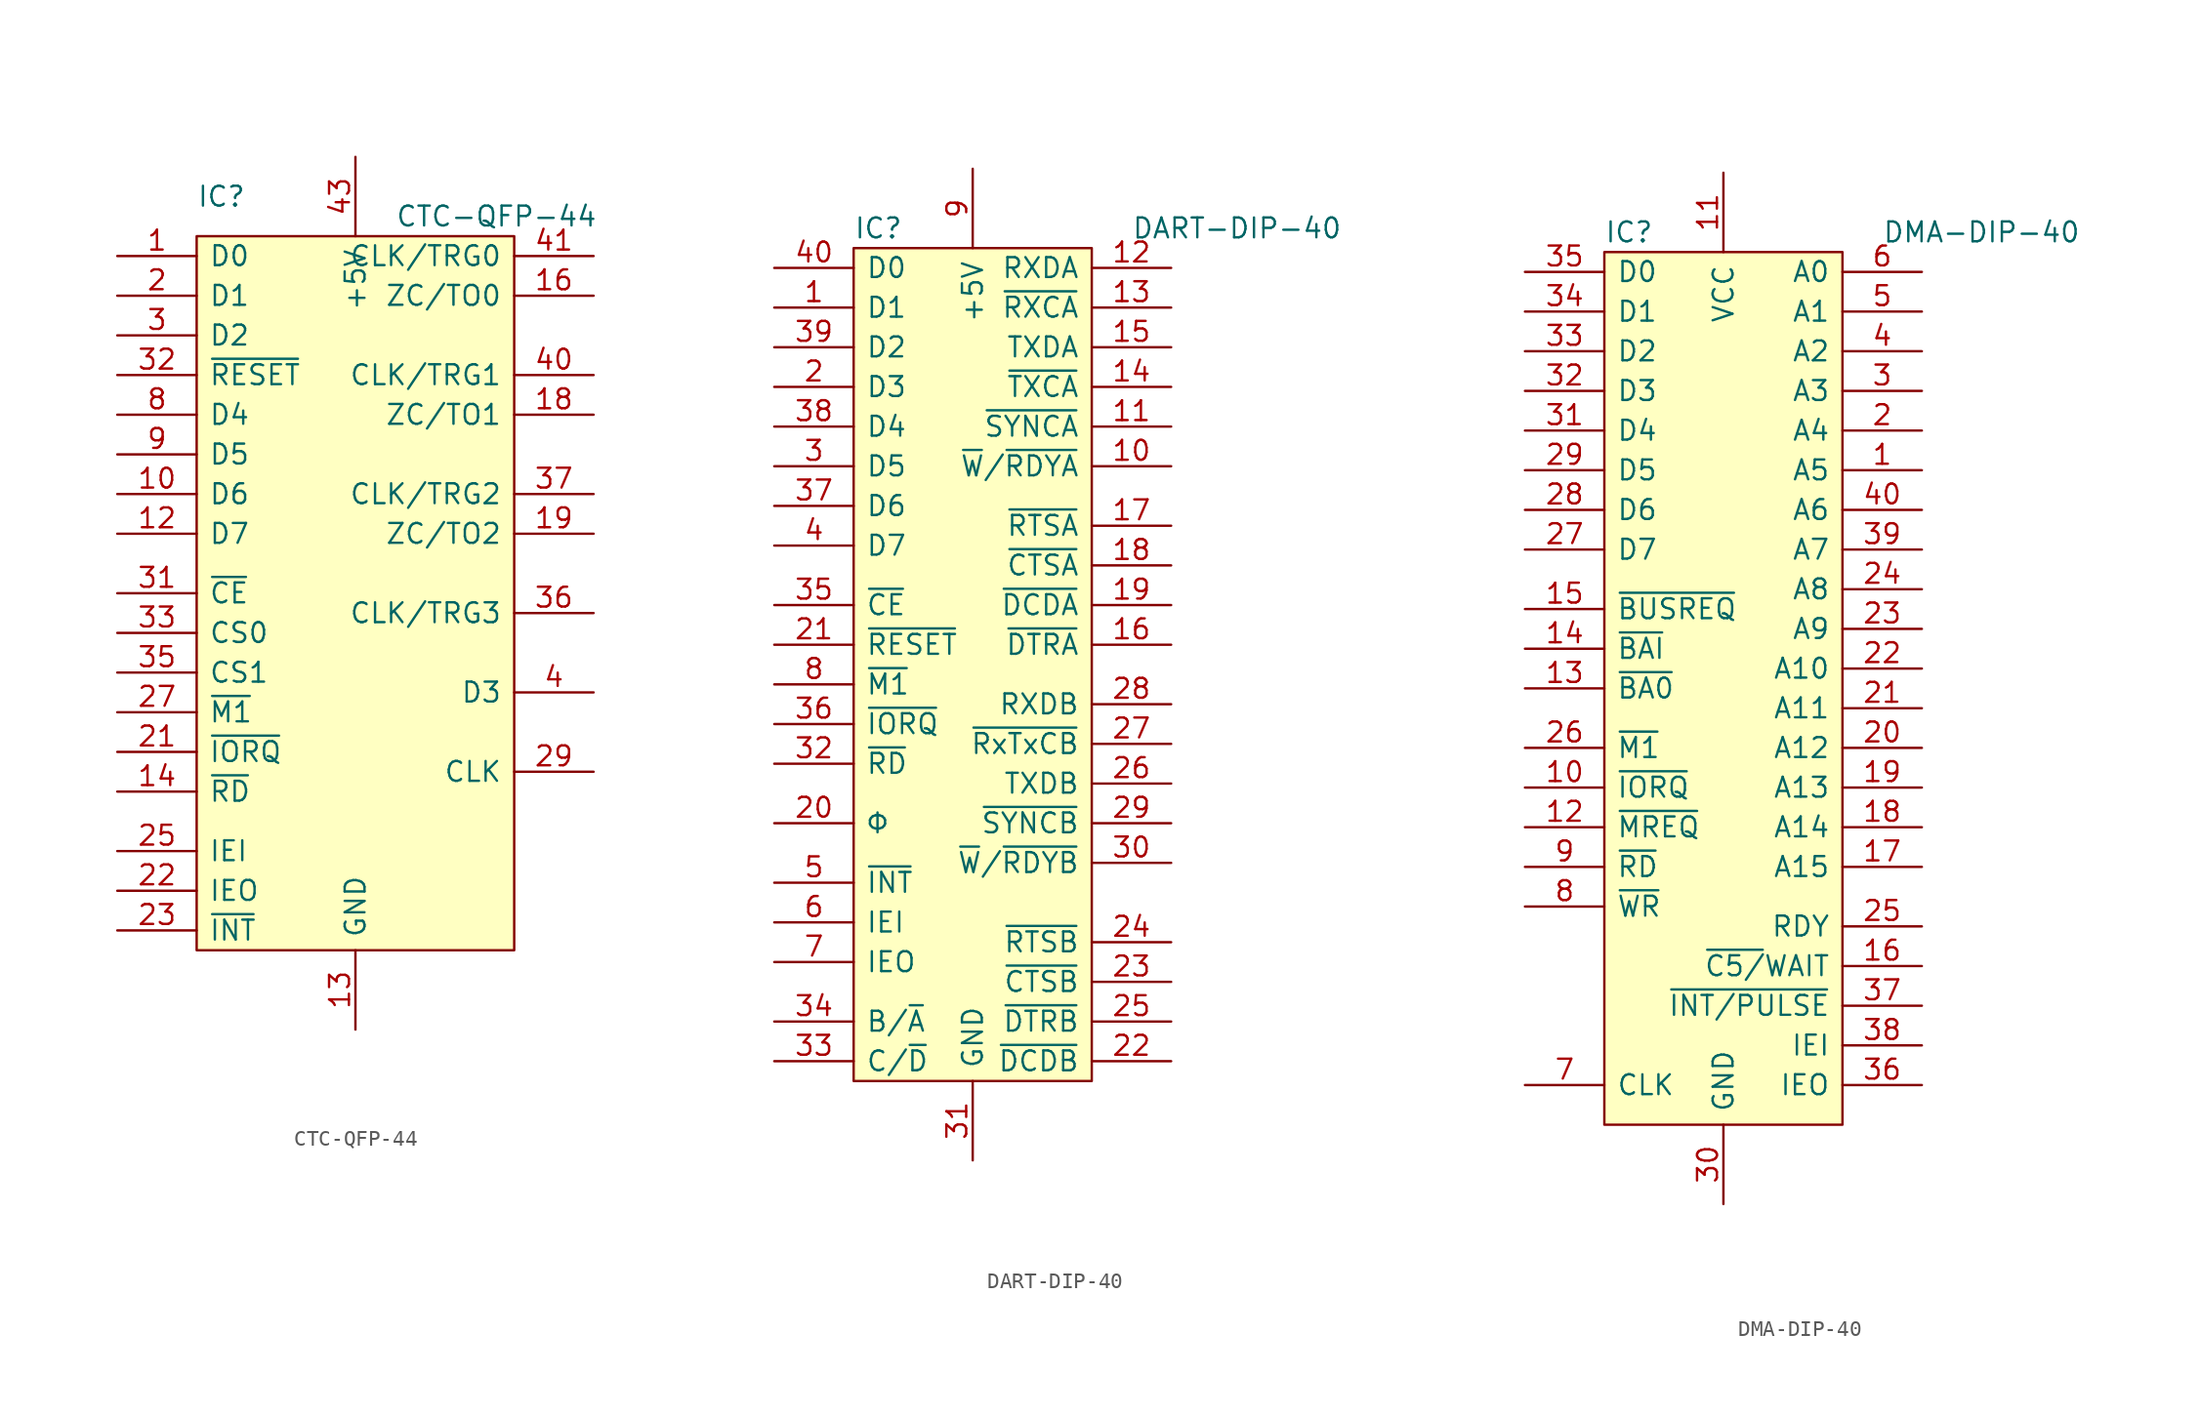
<source format=kicad_sym>
(kicad_symbol_lib
  (version 20211014)
  (generator kicad_symbol_editor)
  (symbol "CTC-QFP-44"
    (pin_names
      (offset 0.762))
    (property "Reference" "IC"
      (at 0 2.54 0)
      (effects (font (size 1.27 1.27)) (justify left)))
    (property "Value" "CTC-QFP-44"
      (at 12.7 1.27 0)
      (effects (font (size 1.27 1.27)) (justify left)))
    (symbol "CTC-QFP-44_0_0"
      (pin bidirectional line (at -5.08 -1.27 0) (length 5.08) (name "D0" (effects (font (size 1.27 1.27)))) (number "1" (effects (font (size 1.27 1.27)))))
      (pin bidirectional line (at -5.08 -16.51 0) (length 5.08) (name "D6" (effects (font (size 1.27 1.27)))) (number "10" (effects (font (size 1.27 1.27)))))
      (pin no_connect line (at 12.7 -10.16 0) (length 2.54) hide (name "NC" (effects (font (size 1.27 1.27)))) (number "11" (effects (font (size 1.27 1.27)))))
      (pin bidirectional line (at -5.08 -19.05 0) (length 5.08) (name "D7" (effects (font (size 1.27 1.27)))) (number "12" (effects (font (size 1.27 1.27)))))
      (pin power_in line (at 10.16 -50.8 90) (length 5.08) (name "GND" (effects (font (size 1.27 1.27)))) (number "13" (effects (font (size 1.27 1.27)))))
      (pin input line (at -5.08 -35.56 0) (length 5.08) (name "~{RD}" (effects (font (size 1.27 1.27)))) (number "14" (effects (font (size 1.27 1.27)))))
      (pin no_connect line (at 12.7 -17.78 0) (length 2.54) hide (name "NC" (effects (font (size 1.27 1.27)))) (number "15" (effects (font (size 1.27 1.27)))))
      (pin output line (at 25.4 -3.81 180) (length 5.08) (name "ZC/TO0" (effects (font (size 1.27 1.27)))) (number "16" (effects (font (size 1.27 1.27)))))
      (pin no_connect line (at 12.7 -12.7 0) (length 2.54) hide (name "NC" (effects (font (size 1.27 1.27)))) (number "17" (effects (font (size 1.27 1.27)))))
      (pin output line (at 25.4 -11.43 180) (length 5.08) (name "ZC/TO1" (effects (font (size 1.27 1.27)))) (number "18" (effects (font (size 1.27 1.27)))))
      (pin output line (at 25.4 -19.05 180) (length 5.08) (name "ZC/TO2" (effects (font (size 1.27 1.27)))) (number "19" (effects (font (size 1.27 1.27)))))
      (pin bidirectional line (at -5.08 -3.81 0) (length 5.08) (name "D1" (effects (font (size 1.27 1.27)))) (number "2" (effects (font (size 1.27 1.27)))))
      (pin no_connect line (at 12.7 -20.32 0) (length 2.54) hide (name "NC" (effects (font (size 1.27 1.27)))) (number "20" (effects (font (size 1.27 1.27)))))
      (pin input line (at -5.08 -33.02 0) (length 5.08) (name "~{IORQ}" (effects (font (size 1.27 1.27)))) (number "21" (effects (font (size 1.27 1.27)))))
      (pin output line (at -5.08 -41.91 0) (length 5.08) (name "IEO" (effects (font (size 1.27 1.27)))) (number "22" (effects (font (size 1.27 1.27)))))
      (pin open_collector line (at -5.08 -44.45 0) (length 5.08) (name "~{INT}" (effects (font (size 1.27 1.27)))) (number "23" (effects (font (size 1.27 1.27)))))
      (pin no_connect line (at 12.7 -15.24 0) (length 2.54) hide (name "NC" (effects (font (size 1.27 1.27)))) (number "24" (effects (font (size 1.27 1.27)))))
      (pin input line (at -5.08 -39.37 0) (length 5.08) (name "IEI" (effects (font (size 1.27 1.27)))) (number "25" (effects (font (size 1.27 1.27)))))
      (pin no_connect line (at 12.7 -22.86 0) (length 2.54) hide (name "NC" (effects (font (size 1.27 1.27)))) (number "26" (effects (font (size 1.27 1.27)))))
      (pin input line (at -5.08 -30.48 0) (length 5.08) (name "~{M1}" (effects (font (size 1.27 1.27)))) (number "27" (effects (font (size 1.27 1.27)))))
      (pin no_connect line (at 12.7 -25.4 0) (length 2.54) hide (name "NC" (effects (font (size 1.27 1.27)))) (number "28" (effects (font (size 1.27 1.27)))))
      (pin input line (at 25.4 -34.29 180) (length 5.08) (name "CLK" (effects (font (size 1.27 1.27)))) (number "29" (effects (font (size 1.27 1.27)))))
      (pin bidirectional line (at -5.08 -6.35 0) (length 5.08) (name "D2" (effects (font (size 1.27 1.27)))) (number "3" (effects (font (size 1.27 1.27)))))
      (pin no_connect line (at 12.7 -43.18 0) (length 2.54) hide (name "NC" (effects (font (size 1.27 1.27)))) (number "30" (effects (font (size 1.27 1.27)))))
      (pin input line (at -5.08 -22.86 0) (length 5.08) (name "~{CE}" (effects (font (size 1.27 1.27)))) (number "31" (effects (font (size 1.27 1.27)))))
      (pin input line (at -5.08 -8.89 0) (length 5.08) (name "~{RESET}" (effects (font (size 1.27 1.27)))) (number "32" (effects (font (size 1.27 1.27)))))
      (pin input line (at -5.08 -25.4 0) (length 5.08) (name "CS0" (effects (font (size 1.27 1.27)))) (number "33" (effects (font (size 1.27 1.27)))))
      (pin no_connect line (at 12.7 -27.94 0) (length 2.54) hide (name "NC" (effects (font (size 1.27 1.27)))) (number "34" (effects (font (size 1.27 1.27)))))
      (pin input line (at -5.08 -27.94 0) (length 5.08) (name "CS1" (effects (font (size 1.27 1.27)))) (number "35" (effects (font (size 1.27 1.27)))))
      (pin input line (at 25.4 -24.13 180) (length 5.08) (name "CLK/TRG3" (effects (font (size 1.27 1.27)))) (number "36" (effects (font (size 1.27 1.27)))))
      (pin input line (at 25.4 -16.51 180) (length 5.08) (name "CLK/TRG2" (effects (font (size 1.27 1.27)))) (number "37" (effects (font (size 1.27 1.27)))))
      (pin no_connect line (at 12.7 -35.56 0) (length 2.54) hide (name "NC" (effects (font (size 1.27 1.27)))) (number "38" (effects (font (size 1.27 1.27)))))
      (pin no_connect line (at 12.7 -40.64 0) (length 2.54) hide (name "NC" (effects (font (size 1.27 1.27)))) (number "39" (effects (font (size 1.27 1.27)))))
      (pin bidirectional line (at 25.4 -29.21 180) (length 5.08) (name "D3" (effects (font (size 1.27 1.27)))) (number "4" (effects (font (size 1.27 1.27)))))
      (pin input line (at 25.4 -8.89 180) (length 5.08) (name "CLK/TRG1" (effects (font (size 1.27 1.27)))) (number "40" (effects (font (size 1.27 1.27)))))
      (pin input line (at 25.4 -1.27 180) (length 5.08) (name "CLK/TRG0" (effects (font (size 1.27 1.27)))) (number "41" (effects (font (size 1.27 1.27)))))
      (pin no_connect line (at 12.7 -33.02 0) (length 2.54) hide (name "NC" (effects (font (size 1.27 1.27)))) (number "42" (effects (font (size 1.27 1.27)))))
      (pin power_in line (at 10.16 5.08 270) (length 5.08) (name "+5V" (effects (font (size 1.27 1.27)))) (number "43" (effects (font (size 1.27 1.27)))))
      (pin no_connect line (at 12.7 -38.1 0) (length 2.54) hide (name "NC" (effects (font (size 1.27 1.27)))) (number "44" (effects (font (size 1.27 1.27)))))
      (pin no_connect line (at 12.7 -30.48 0) (length 2.54) hide (name "NC" (effects (font (size 1.27 1.27)))) (number "5" (effects (font (size 1.27 1.27)))))
      (pin no_connect line (at 12.7 -7.62 0) (length 2.54) hide (name "NC" (effects (font (size 1.27 1.27)))) (number "6" (effects (font (size 1.27 1.27)))))
      (pin no_connect line (at 12.7 -5.08 0) (length 2.54) hide (name "NC" (effects (font (size 1.27 1.27)))) (number "7" (effects (font (size 1.27 1.27)))))
      (pin bidirectional line (at -5.08 -11.43 0) (length 5.08) (name "D4" (effects (font (size 1.27 1.27)))) (number "8" (effects (font (size 1.27 1.27)))))
      (pin bidirectional line (at -5.08 -13.97 0) (length 5.08) (name "D5" (effects (font (size 1.27 1.27)))) (number "9" (effects (font (size 1.27 1.27))))))
    (symbol "CTC-QFP-44_0_1"
      (rectangle (start 0 0) (end 20.32 -45.72) (stroke (width 0) (type default) (color 0 0 0 0)) (fill (type background)))))
  (symbol "DART-DIP-40"
    (pin_names
      (offset 0.762))
    (property "Reference" "IC"
      (at 0 1.27 0)
      (effects (font (size 1.27 1.27)) (justify left)))
    (property "Value" "DART-DIP-40"
      (at 17.78 1.27 0)
      (effects (font (size 1.27 1.27)) (justify left)))
    (symbol "DART-DIP-40_0_0"
      (pin bidirectional line (at -5.08 -3.81 0) (length 5.08) (name "D1" (effects (font (size 1.27 1.27)))) (number "1" (effects (font (size 1.27 1.27)))))
      (pin output line (at 20.32 -13.97 180) (length 5.08) (name "~{W}/~{RDYA}" (effects (font (size 1.27 1.27)))) (number "10" (effects (font (size 1.27 1.27)))))
      (pin bidirectional line (at 20.32 -11.43 180) (length 5.08) (name "~{SYNCA}" (effects (font (size 1.27 1.27)))) (number "11" (effects (font (size 1.27 1.27)))))
      (pin input line (at 20.32 -1.27 180) (length 5.08) (name "RXDA" (effects (font (size 1.27 1.27)))) (number "12" (effects (font (size 1.27 1.27)))))
      (pin input line (at 20.32 -3.81 180) (length 5.08) (name "~{RXCA}" (effects (font (size 1.27 1.27)))) (number "13" (effects (font (size 1.27 1.27)))))
      (pin output line (at 20.32 -8.89 180) (length 5.08) (name "~{TXCA}" (effects (font (size 1.27 1.27)))) (number "14" (effects (font (size 1.27 1.27)))))
      (pin output line (at 20.32 -6.35 180) (length 5.08) (name "TXDA" (effects (font (size 1.27 1.27)))) (number "15" (effects (font (size 1.27 1.27)))))
      (pin output line (at 20.32 -25.4 180) (length 5.08) (name "~{DTRA}" (effects (font (size 1.27 1.27)))) (number "16" (effects (font (size 1.27 1.27)))))
      (pin output line (at 20.32 -17.78 180) (length 5.08) (name "~{RTSA}" (effects (font (size 1.27 1.27)))) (number "17" (effects (font (size 1.27 1.27)))))
      (pin input line (at 20.32 -20.32 180) (length 5.08) (name "~{CTSA}" (effects (font (size 1.27 1.27)))) (number "18" (effects (font (size 1.27 1.27)))))
      (pin input line (at 20.32 -22.86 180) (length 5.08) (name "~{DCDA}" (effects (font (size 1.27 1.27)))) (number "19" (effects (font (size 1.27 1.27)))))
      (pin bidirectional line (at -5.08 -8.89 0) (length 5.08) (name "D3" (effects (font (size 1.27 1.27)))) (number "2" (effects (font (size 1.27 1.27)))))
      (pin input line (at -5.08 -36.83 0) (length 5.08) (name "Φ" (effects (font (size 1.27 1.27)))) (number "20" (effects (font (size 1.27 1.27)))))
      (pin input line (at -5.08 -25.4 0) (length 5.08) (name "~{RESET}" (effects (font (size 1.27 1.27)))) (number "21" (effects (font (size 1.27 1.27)))))
      (pin input line (at 20.32 -52.07 180) (length 5.08) (name "~{DCDB}" (effects (font (size 1.27 1.27)))) (number "22" (effects (font (size 1.27 1.27)))))
      (pin input line (at 20.32 -46.99 180) (length 5.08) (name "~{CTSB}" (effects (font (size 1.27 1.27)))) (number "23" (effects (font (size 1.27 1.27)))))
      (pin output line (at 20.32 -44.45 180) (length 5.08) (name "~{RTSB}" (effects (font (size 1.27 1.27)))) (number "24" (effects (font (size 1.27 1.27)))))
      (pin output line (at 20.32 -49.53 180) (length 5.08) (name "~{DTRB}" (effects (font (size 1.27 1.27)))) (number "25" (effects (font (size 1.27 1.27)))))
      (pin output line (at 20.32 -34.29 180) (length 5.08) (name "TXDB" (effects (font (size 1.27 1.27)))) (number "26" (effects (font (size 1.27 1.27)))))
      (pin input line (at 20.32 -31.75 180) (length 5.08) (name "~{RxTxCB}" (effects (font (size 1.27 1.27)))) (number "27" (effects (font (size 1.27 1.27)))))
      (pin input line (at 20.32 -29.21 180) (length 5.08) (name "RXDB" (effects (font (size 1.27 1.27)))) (number "28" (effects (font (size 1.27 1.27)))))
      (pin input line (at 20.32 -36.83 180) (length 5.08) (name "~{SYNCB}" (effects (font (size 1.27 1.27)))) (number "29" (effects (font (size 1.27 1.27)))))
      (pin bidirectional line (at -5.08 -13.97 0) (length 5.08) (name "D5" (effects (font (size 1.27 1.27)))) (number "3" (effects (font (size 1.27 1.27)))))
      (pin output line (at 20.32 -39.37 180) (length 5.08) (name "~{W}/~{RDYB}" (effects (font (size 1.27 1.27)))) (number "30" (effects (font (size 1.27 1.27)))))
      (pin power_in line (at 7.62 -58.42 90) (length 5.08) (name "GND" (effects (font (size 1.27 1.27)))) (number "31" (effects (font (size 1.27 1.27)))))
      (pin input line (at -5.08 -33.02 0) (length 5.08) (name "~{RD}" (effects (font (size 1.27 1.27)))) (number "32" (effects (font (size 1.27 1.27)))))
      (pin input line (at -5.08 -52.07 0) (length 5.08) (name "C/~{D}" (effects (font (size 1.27 1.27)))) (number "33" (effects (font (size 1.27 1.27)))))
      (pin input line (at -5.08 -49.53 0) (length 5.08) (name "B/~{A}" (effects (font (size 1.27 1.27)))) (number "34" (effects (font (size 1.27 1.27)))))
      (pin input line (at -5.08 -22.86 0) (length 5.08) (name "~{CE}" (effects (font (size 1.27 1.27)))) (number "35" (effects (font (size 1.27 1.27)))))
      (pin input line (at -5.08 -30.48 0) (length 5.08) (name "~{IORQ}" (effects (font (size 1.27 1.27)))) (number "36" (effects (font (size 1.27 1.27)))))
      (pin bidirectional line (at -5.08 -16.51 0) (length 5.08) (name "D6" (effects (font (size 1.27 1.27)))) (number "37" (effects (font (size 1.27 1.27)))))
      (pin bidirectional line (at -5.08 -11.43 0) (length 5.08) (name "D4" (effects (font (size 1.27 1.27)))) (number "38" (effects (font (size 1.27 1.27)))))
      (pin bidirectional line (at -5.08 -6.35 0) (length 5.08) (name "D2" (effects (font (size 1.27 1.27)))) (number "39" (effects (font (size 1.27 1.27)))))
      (pin bidirectional line (at -5.08 -19.05 0) (length 5.08) (name "D7" (effects (font (size 1.27 1.27)))) (number "4" (effects (font (size 1.27 1.27)))))
      (pin bidirectional line (at -5.08 -1.27 0) (length 5.08) (name "D0" (effects (font (size 1.27 1.27)))) (number "40" (effects (font (size 1.27 1.27)))))
      (pin open_collector line (at -5.08 -40.64 0) (length 5.08) (name "~{INT}" (effects (font (size 1.27 1.27)))) (number "5" (effects (font (size 1.27 1.27)))))
      (pin input line (at -5.08 -43.18 0) (length 5.08) (name "IEI" (effects (font (size 1.27 1.27)))) (number "6" (effects (font (size 1.27 1.27)))))
      (pin output line (at -5.08 -45.72 0) (length 5.08) (name "IEO" (effects (font (size 1.27 1.27)))) (number "7" (effects (font (size 1.27 1.27)))))
      (pin input line (at -5.08 -27.94 0) (length 5.08) (name "~{M1}" (effects (font (size 1.27 1.27)))) (number "8" (effects (font (size 1.27 1.27)))))
      (pin power_in line (at 7.62 5.08 270) (length 5.08) (name "+5V" (effects (font (size 1.27 1.27)))) (number "9" (effects (font (size 1.27 1.27))))))
    (symbol "DART-DIP-40_0_1"
      (rectangle (start 0 0) (end 15.24 -53.34) (stroke (width 0) (type default) (color 0 0 0 0)) (fill (type background)))))
  (symbol "DMA-DIP-40"
    (pin_names
      (offset 0.762))
    (property "Reference" "IC"
      (at 0 1.27 0)
      (effects (font (size 1.27 1.27)) (justify left)))
    (property "Value" "DMA-DIP-40"
      (at 17.78 1.27 0)
      (effects (font (size 1.27 1.27)) (justify left)))
    (symbol "DMA-DIP-40_0_0"
      (pin output line (at 20.32 -13.97 180) (length 5.08) (name "A5" (effects (font (size 1.27 1.27)))) (number "1" (effects (font (size 1.27 1.27)))))
      (pin bidirectional line (at -5.08 -34.29 0) (length 5.08) (name "~{IORQ}" (effects (font (size 1.27 1.27)))) (number "10" (effects (font (size 1.27 1.27)))))
      (pin power_in line (at 7.62 5.08 270) (length 5.08) (name "VCC" (effects (font (size 1.27 1.27)))) (number "11" (effects (font (size 1.27 1.27)))))
      (pin bidirectional line (at -5.08 -36.83 0) (length 5.08) (name "~{MREQ}" (effects (font (size 1.27 1.27)))) (number "12" (effects (font (size 1.27 1.27)))))
      (pin output line (at -5.08 -27.94 0) (length 5.08) (name "~{BA0}" (effects (font (size 1.27 1.27)))) (number "13" (effects (font (size 1.27 1.27)))))
      (pin input line (at -5.08 -25.4 0) (length 5.08) (name "~{BAI}" (effects (font (size 1.27 1.27)))) (number "14" (effects (font (size 1.27 1.27)))))
      (pin bidirectional line (at -5.08 -22.86 0) (length 5.08) (name "~{BUSREQ}" (effects (font (size 1.27 1.27)))) (number "15" (effects (font (size 1.27 1.27)))))
      (pin input line (at 20.32 -45.72 180) (length 5.08) (name "~{C5/}WAIT" (effects (font (size 1.27 1.27)))) (number "16" (effects (font (size 1.27 1.27)))))
      (pin output line (at 20.32 -39.37 180) (length 5.08) (name "A15" (effects (font (size 1.27 1.27)))) (number "17" (effects (font (size 1.27 1.27)))))
      (pin output line (at 20.32 -36.83 180) (length 5.08) (name "A14" (effects (font (size 1.27 1.27)))) (number "18" (effects (font (size 1.27 1.27)))))
      (pin output line (at 20.32 -34.29 180) (length 5.08) (name "A13" (effects (font (size 1.27 1.27)))) (number "19" (effects (font (size 1.27 1.27)))))
      (pin output line (at 20.32 -11.43 180) (length 5.08) (name "A4" (effects (font (size 1.27 1.27)))) (number "2" (effects (font (size 1.27 1.27)))))
      (pin output line (at 20.32 -31.75 180) (length 5.08) (name "A12" (effects (font (size 1.27 1.27)))) (number "20" (effects (font (size 1.27 1.27)))))
      (pin output line (at 20.32 -29.21 180) (length 5.08) (name "A11" (effects (font (size 1.27 1.27)))) (number "21" (effects (font (size 1.27 1.27)))))
      (pin output line (at 20.32 -26.67 180) (length 5.08) (name "A10" (effects (font (size 1.27 1.27)))) (number "22" (effects (font (size 1.27 1.27)))))
      (pin output line (at 20.32 -24.13 180) (length 5.08) (name "A9" (effects (font (size 1.27 1.27)))) (number "23" (effects (font (size 1.27 1.27)))))
      (pin output line (at 20.32 -21.59 180) (length 5.08) (name "A8" (effects (font (size 1.27 1.27)))) (number "24" (effects (font (size 1.27 1.27)))))
      (pin input line (at 20.32 -43.18 180) (length 5.08) (name "RDY" (effects (font (size 1.27 1.27)))) (number "25" (effects (font (size 1.27 1.27)))))
      (pin input line (at -5.08 -31.75 0) (length 5.08) (name "~{M1}" (effects (font (size 1.27 1.27)))) (number "26" (effects (font (size 1.27 1.27)))))
      (pin bidirectional line (at -5.08 -19.05 0) (length 5.08) (name "D7" (effects (font (size 1.27 1.27)))) (number "27" (effects (font (size 1.27 1.27)))))
      (pin bidirectional line (at -5.08 -16.51 0) (length 5.08) (name "D6" (effects (font (size 1.27 1.27)))) (number "28" (effects (font (size 1.27 1.27)))))
      (pin bidirectional line (at -5.08 -13.97 0) (length 5.08) (name "D5" (effects (font (size 1.27 1.27)))) (number "29" (effects (font (size 1.27 1.27)))))
      (pin output line (at 20.32 -8.89 180) (length 5.08) (name "A3" (effects (font (size 1.27 1.27)))) (number "3" (effects (font (size 1.27 1.27)))))
      (pin power_in line (at 7.62 -60.96 90) (length 5.08) (name "GND" (effects (font (size 1.27 1.27)))) (number "30" (effects (font (size 1.27 1.27)))))
      (pin bidirectional line (at -5.08 -11.43 0) (length 5.08) (name "D4" (effects (font (size 1.27 1.27)))) (number "31" (effects (font (size 1.27 1.27)))))
      (pin bidirectional line (at -5.08 -8.89 0) (length 5.08) (name "D3" (effects (font (size 1.27 1.27)))) (number "32" (effects (font (size 1.27 1.27)))))
      (pin bidirectional line (at -5.08 -6.35 0) (length 5.08) (name "D2" (effects (font (size 1.27 1.27)))) (number "33" (effects (font (size 1.27 1.27)))))
      (pin bidirectional line (at -5.08 -3.81 0) (length 5.08) (name "D1" (effects (font (size 1.27 1.27)))) (number "34" (effects (font (size 1.27 1.27)))))
      (pin bidirectional line (at -5.08 -1.27 0) (length 5.08) (name "D0" (effects (font (size 1.27 1.27)))) (number "35" (effects (font (size 1.27 1.27)))))
      (pin output line (at 20.32 -53.34 180) (length 5.08) (name "IEO" (effects (font (size 1.27 1.27)))) (number "36" (effects (font (size 1.27 1.27)))))
      (pin output line (at 20.32 -48.26 180) (length 5.08) (name "~{INT/PULSE}" (effects (font (size 1.27 1.27)))) (number "37" (effects (font (size 1.27 1.27)))))
      (pin input line (at 20.32 -50.8 180) (length 5.08) (name "IEI" (effects (font (size 1.27 1.27)))) (number "38" (effects (font (size 1.27 1.27)))))
      (pin open_collector line (at 20.32 -19.05 180) (length 5.08) (name "A7" (effects (font (size 1.27 1.27)))) (number "39" (effects (font (size 1.27 1.27)))))
      (pin output line (at 20.32 -6.35 180) (length 5.08) (name "A2" (effects (font (size 1.27 1.27)))) (number "4" (effects (font (size 1.27 1.27)))))
      (pin open_collector line (at 20.32 -16.51 180) (length 5.08) (name "A6" (effects (font (size 1.27 1.27)))) (number "40" (effects (font (size 1.27 1.27)))))
      (pin output line (at 20.32 -3.81 180) (length 5.08) (name "A1" (effects (font (size 1.27 1.27)))) (number "5" (effects (font (size 1.27 1.27)))))
      (pin output line (at 20.32 -1.27 180) (length 5.08) (name "A0" (effects (font (size 1.27 1.27)))) (number "6" (effects (font (size 1.27 1.27)))))
      (pin input line (at -5.08 -53.34 0) (length 5.08) (name "CLK" (effects (font (size 1.27 1.27)))) (number "7" (effects (font (size 1.27 1.27)))))
      (pin bidirectional line (at -5.08 -41.91 0) (length 5.08) (name "~{WR}" (effects (font (size 1.27 1.27)))) (number "8" (effects (font (size 1.27 1.27)))))
      (pin bidirectional line (at -5.08 -39.37 0) (length 5.08) (name "~{RD}" (effects (font (size 1.27 1.27)))) (number "9" (effects (font (size 1.27 1.27))))))
    (symbol "DMA-DIP-40_0_1"
      (rectangle (start 0 0) (end 15.24 -55.88) (stroke (width 0) (type default) (color 0 0 0 0)) (fill (type background))))))
</source>
